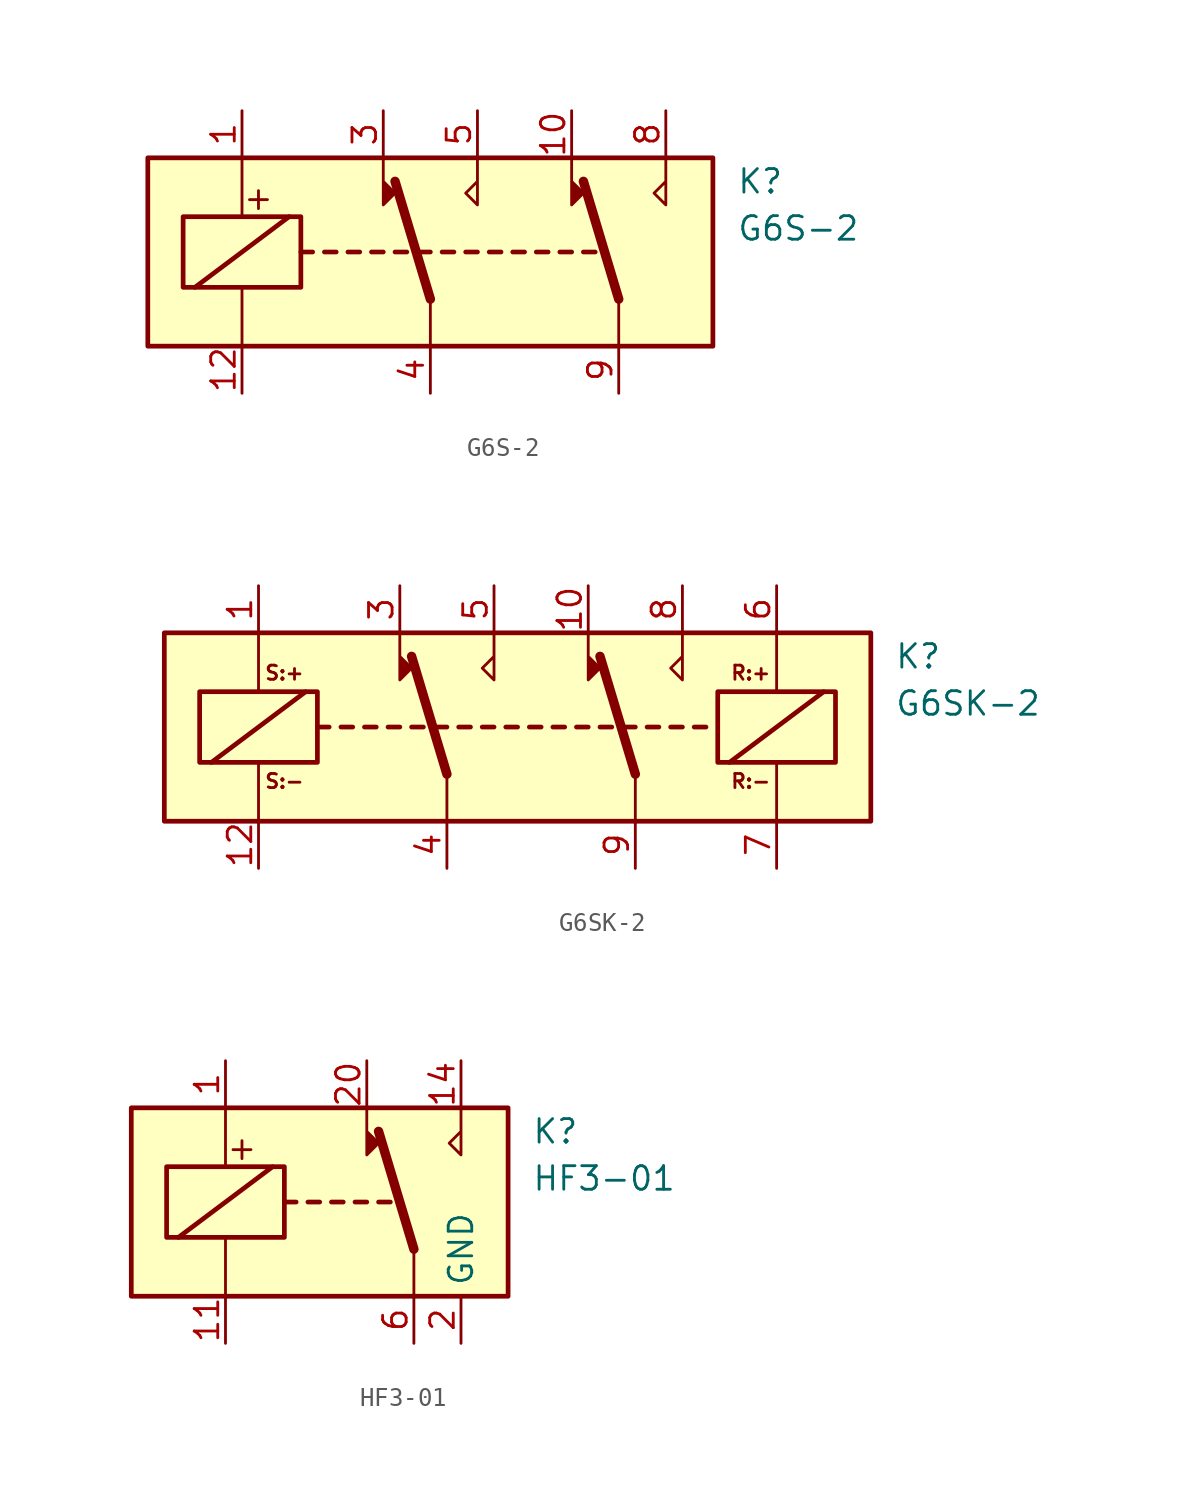
<source format=kicad_sym>
(kicad_symbol_lib
  (version 20211014)
  (generator kicad_symbol_editor)
  (symbol "G6S-2"
    (property "Reference" "K"
      (at 16.51 3.81 0)
      (effects (font (size 1.27 1.27)) (justify left)))
    (property "Value" "G6S-2"
      (at 16.51 1.27 0)
      (effects (font (size 1.27 1.27)) (justify left)))
    (symbol "G6S-2_0_0"
      (text "+" (at -9.271 2.921 0) (effects (font (size 1.27 1.27)))))
    (symbol "G6S-2_0_1"
      (rectangle (start -15.24 5.08) (end 15.24 -5.08) (stroke (width 0.254) (type default) (color 0 0 0 0)) (fill (type background)))
      (rectangle (start -13.335 1.905) (end -6.985 -1.905) (stroke (width 0.254) (type default) (color 0 0 0 0)) (fill (type none)))
      (polyline (pts (xy -12.7 -1.905) (xy -7.62 1.905)) (stroke (width 0.254) (type default) (color 0 0 0 0)) (fill (type none)))
      (polyline (pts (xy -10.16 -5.08) (xy -10.16 -1.905)) (stroke (width 0) (type default) (color 0 0 0 0)) (fill (type none)))
      (polyline (pts (xy -10.16 5.08) (xy -10.16 1.905)) (stroke (width 0) (type default) (color 0 0 0 0)) (fill (type none)))
      (polyline (pts (xy -6.985 0) (xy -6.35 0)) (stroke (width 0.254) (type default) (color 0 0 0 0)) (fill (type none)))
      (polyline (pts (xy -5.715 0) (xy -5.08 0)) (stroke (width 0.254) (type default) (color 0 0 0 0)) (fill (type none)))
      (polyline (pts (xy -4.445 0) (xy -3.81 0)) (stroke (width 0.254) (type default) (color 0 0 0 0)) (fill (type none)))
      (polyline (pts (xy -3.175 0) (xy -2.54 0)) (stroke (width 0.254) (type default) (color 0 0 0 0)) (fill (type none)))
      (polyline (pts (xy -1.905 0) (xy -1.27 0)) (stroke (width 0.254) (type default) (color 0 0 0 0)) (fill (type none)))
      (polyline (pts (xy -0.635 0) (xy 0 0)) (stroke (width 0.254) (type default) (color 0 0 0 0)) (fill (type none)))
      (polyline (pts (xy 0 -2.54) (xy -1.905 3.81)) (stroke (width 0.508) (type default) (color 0 0 0 0)) (fill (type none)))
      (polyline (pts (xy 0 -2.54) (xy 0 -5.08)) (stroke (width 0) (type default) (color 0 0 0 0)) (fill (type none)))
      (polyline (pts (xy 0.635 0) (xy 1.27 0)) (stroke (width 0.254) (type default) (color 0 0 0 0)) (fill (type none)))
      (polyline (pts (xy 1.905 0) (xy 2.54 0)) (stroke (width 0.254) (type default) (color 0 0 0 0)) (fill (type none)))
      (polyline (pts (xy 3.175 0) (xy 3.81 0)) (stroke (width 0.254) (type default) (color 0 0 0 0)) (fill (type none)))
      (polyline (pts (xy 4.445 0) (xy 5.08 0)) (stroke (width 0.254) (type default) (color 0 0 0 0)) (fill (type none)))
      (polyline (pts (xy 5.715 0) (xy 6.35 0)) (stroke (width 0.254) (type default) (color 0 0 0 0)) (fill (type none)))
      (polyline (pts (xy 6.985 0) (xy 7.62 0)) (stroke (width 0.254) (type default) (color 0 0 0 0)) (fill (type none)))
      (polyline (pts (xy 8.255 0) (xy 8.89 0)) (stroke (width 0.254) (type default) (color 0 0 0 0)) (fill (type none)))
      (polyline (pts (xy 10.16 -2.54) (xy 8.255 3.81)) (stroke (width 0.508) (type default) (color 0 0 0 0)) (fill (type none)))
      (polyline (pts (xy 10.16 -2.54) (xy 10.16 -5.08)) (stroke (width 0) (type default) (color 0 0 0 0)) (fill (type none)))
      (polyline (pts (xy -2.54 5.08) (xy -2.54 2.54) (xy -1.905 3.175) (xy -2.54 3.81)) (stroke (width 0) (type default) (color 0 0 0 0)) (fill (type outline)))
      (polyline (pts (xy 2.54 5.08) (xy 2.54 2.54) (xy 1.905 3.175) (xy 2.54 3.81)) (stroke (width 0) (type default) (color 0 0 0 0)) (fill (type none)))
      (polyline (pts (xy 7.62 5.08) (xy 7.62 2.54) (xy 8.255 3.175) (xy 7.62 3.81)) (stroke (width 0) (type default) (color 0 0 0 0)) (fill (type outline)))
      (polyline (pts (xy 12.7 5.08) (xy 12.7 2.54) (xy 12.065 3.175) (xy 12.7 3.81)) (stroke (width 0) (type default) (color 0 0 0 0)) (fill (type none))))
    (symbol "G6S-2_1_1"
      (pin passive line (at -10.16 7.62 270) (length 2.54) (name "~" (effects (font (size 1.27 1.27)))) (number "1" (effects (font (size 1.27 1.27)))))
      (pin passive line (at 7.62 7.62 270) (length 2.54) (name "~" (effects (font (size 1.27 1.27)))) (number "10" (effects (font (size 1.27 1.27)))))
      (pin passive line (at -10.16 -7.62 90) (length 2.54) (name "~" (effects (font (size 1.27 1.27)))) (number "12" (effects (font (size 1.27 1.27)))))
      (pin passive line (at -2.54 7.62 270) (length 2.54) (name "~" (effects (font (size 1.27 1.27)))) (number "3" (effects (font (size 1.27 1.27)))))
      (pin passive line (at 0 -7.62 90) (length 2.54) (name "~" (effects (font (size 1.27 1.27)))) (number "4" (effects (font (size 1.27 1.27)))))
      (pin passive line (at 2.54 7.62 270) (length 2.54) (name "~" (effects (font (size 1.27 1.27)))) (number "5" (effects (font (size 1.27 1.27)))))
      (pin passive line (at 12.7 7.62 270) (length 2.54) (name "~" (effects (font (size 1.27 1.27)))) (number "8" (effects (font (size 1.27 1.27)))))
      (pin passive line (at 10.16 -7.62 90) (length 2.54) (name "~" (effects (font (size 1.27 1.27)))) (number "9" (effects (font (size 1.27 1.27)))))))
  (symbol "G6SK-2"
    (property "Reference" "K"
      (at 21.59 3.81 0)
      (effects (font (size 1.27 1.27)) (justify left)))
    (property "Value" "G6SK-2"
      (at 21.59 1.27 0)
      (effects (font (size 1.27 1.27)) (justify left)))
    (symbol "G6SK-2_0_0"
      (text "R:+" (at 13.843 2.921 0) (effects (font (size 0.762 0.762))))
      (text "R:-" (at 13.843 -2.921 0) (effects (font (size 0.762 0.762))))
      (text "S:+" (at -11.303 2.921 0) (effects (font (size 0.762 0.762))))
      (text "S:-" (at -11.303 -2.921 0) (effects (font (size 0.762 0.762)))))
    (symbol "G6SK-2_0_1"
      (rectangle (start -17.78 5.08) (end 20.32 -5.08) (stroke (width 0.254) (type default) (color 0 0 0 0)) (fill (type background)))
      (rectangle (start -15.875 1.905) (end -9.525 -1.905) (stroke (width 0.254) (type default) (color 0 0 0 0)) (fill (type none)))
      (polyline (pts (xy -15.24 -1.905) (xy -10.16 1.905)) (stroke (width 0.254) (type default) (color 0 0 0 0)) (fill (type none)))
      (polyline (pts (xy -12.7 -5.08) (xy -12.7 -1.905)) (stroke (width 0) (type default) (color 0 0 0 0)) (fill (type none)))
      (polyline (pts (xy -12.7 5.08) (xy -12.7 1.905)) (stroke (width 0) (type default) (color 0 0 0 0)) (fill (type none)))
      (polyline (pts (xy -9.525 0) (xy -8.89 0)) (stroke (width 0.254) (type default) (color 0 0 0 0)) (fill (type none)))
      (polyline (pts (xy -8.255 0) (xy -7.62 0)) (stroke (width 0.254) (type default) (color 0 0 0 0)) (fill (type none)))
      (polyline (pts (xy -6.985 0) (xy -6.35 0)) (stroke (width 0.254) (type default) (color 0 0 0 0)) (fill (type none)))
      (polyline (pts (xy -5.715 0) (xy -5.08 0)) (stroke (width 0.254) (type default) (color 0 0 0 0)) (fill (type none)))
      (polyline (pts (xy -4.445 0) (xy -3.81 0)) (stroke (width 0.254) (type default) (color 0 0 0 0)) (fill (type none)))
      (polyline (pts (xy -3.175 0) (xy -2.54 0)) (stroke (width 0.254) (type default) (color 0 0 0 0)) (fill (type none)))
      (polyline (pts (xy -2.54 -2.54) (xy -4.445 3.81)) (stroke (width 0.508) (type default) (color 0 0 0 0)) (fill (type none)))
      (polyline (pts (xy -2.54 -2.54) (xy -2.54 -5.08)) (stroke (width 0) (type default) (color 0 0 0 0)) (fill (type none)))
      (polyline (pts (xy -1.905 0) (xy -1.27 0)) (stroke (width 0.254) (type default) (color 0 0 0 0)) (fill (type none)))
      (polyline (pts (xy -0.635 0) (xy 0 0)) (stroke (width 0.254) (type default) (color 0 0 0 0)) (fill (type none)))
      (polyline (pts (xy 0.635 0) (xy 1.27 0)) (stroke (width 0.254) (type default) (color 0 0 0 0)) (fill (type none)))
      (polyline (pts (xy 1.905 0) (xy 2.54 0)) (stroke (width 0.254) (type default) (color 0 0 0 0)) (fill (type none)))
      (polyline (pts (xy 3.175 0) (xy 3.81 0)) (stroke (width 0.254) (type default) (color 0 0 0 0)) (fill (type none)))
      (polyline (pts (xy 4.445 0) (xy 5.08 0)) (stroke (width 0.254) (type default) (color 0 0 0 0)) (fill (type none)))
      (polyline (pts (xy 5.715 0) (xy 6.35 0)) (stroke (width 0.254) (type default) (color 0 0 0 0)) (fill (type none)))
      (polyline (pts (xy 6.985 0) (xy 7.62 0)) (stroke (width 0.254) (type default) (color 0 0 0 0)) (fill (type none)))
      (polyline (pts (xy 7.62 -2.54) (xy 5.715 3.81)) (stroke (width 0.508) (type default) (color 0 0 0 0)) (fill (type none)))
      (polyline (pts (xy 7.62 -2.54) (xy 7.62 -5.08)) (stroke (width 0) (type default) (color 0 0 0 0)) (fill (type none)))
      (polyline (pts (xy 8.255 0) (xy 8.89 0)) (stroke (width 0.254) (type default) (color 0 0 0 0)) (fill (type none)))
      (polyline (pts (xy 9.525 0) (xy 10.16 0)) (stroke (width 0.254) (type default) (color 0 0 0 0)) (fill (type none)))
      (polyline (pts (xy 10.795 0) (xy 11.43 0)) (stroke (width 0.254) (type default) (color 0 0 0 0)) (fill (type none)))
      (polyline (pts (xy 12.7 -1.905) (xy 17.78 1.905)) (stroke (width 0.254) (type default) (color 0 0 0 0)) (fill (type none)))
      (polyline (pts (xy 15.24 -5.08) (xy 15.24 -1.905)) (stroke (width 0) (type default) (color 0 0 0 0)) (fill (type none)))
      (polyline (pts (xy 15.24 5.08) (xy 15.24 1.905)) (stroke (width 0) (type default) (color 0 0 0 0)) (fill (type none)))
      (polyline (pts (xy -5.08 5.08) (xy -5.08 2.54) (xy -4.445 3.175) (xy -5.08 3.81)) (stroke (width 0) (type default) (color 0 0 0 0)) (fill (type outline)))
      (polyline (pts (xy 0 5.08) (xy 0 2.54) (xy -0.635 3.175) (xy 0 3.81)) (stroke (width 0) (type default) (color 0 0 0 0)) (fill (type none)))
      (polyline (pts (xy 5.08 5.08) (xy 5.08 2.54) (xy 5.715 3.175) (xy 5.08 3.81)) (stroke (width 0) (type default) (color 0 0 0 0)) (fill (type outline)))
      (polyline (pts (xy 10.16 5.08) (xy 10.16 2.54) (xy 9.525 3.175) (xy 10.16 3.81)) (stroke (width 0) (type default) (color 0 0 0 0)) (fill (type none)))
      (rectangle (start 12.065 1.905) (end 18.415 -1.905) (stroke (width 0.254) (type default) (color 0 0 0 0)) (fill (type none))))
    (symbol "G6SK-2_1_1"
      (pin passive line (at -12.7 7.62 270) (length 2.54) (name "~" (effects (font (size 1.27 1.27)))) (number "1" (effects (font (size 1.27 1.27)))))
      (pin passive line (at 5.08 7.62 270) (length 2.54) (name "~" (effects (font (size 1.27 1.27)))) (number "10" (effects (font (size 1.27 1.27)))))
      (pin passive line (at -12.7 -7.62 90) (length 2.54) (name "~" (effects (font (size 1.27 1.27)))) (number "12" (effects (font (size 1.27 1.27)))))
      (pin passive line (at -5.08 7.62 270) (length 2.54) (name "~" (effects (font (size 1.27 1.27)))) (number "3" (effects (font (size 1.27 1.27)))))
      (pin passive line (at -2.54 -7.62 90) (length 2.54) (name "~" (effects (font (size 1.27 1.27)))) (number "4" (effects (font (size 1.27 1.27)))))
      (pin passive line (at 0 7.62 270) (length 2.54) (name "~" (effects (font (size 1.27 1.27)))) (number "5" (effects (font (size 1.27 1.27)))))
      (pin passive line (at 15.24 7.62 270) (length 2.54) (name "~" (effects (font (size 1.27 1.27)))) (number "6" (effects (font (size 1.27 1.27)))))
      (pin passive line (at 15.24 -7.62 90) (length 2.54) (name "~" (effects (font (size 1.27 1.27)))) (number "7" (effects (font (size 1.27 1.27)))))
      (pin passive line (at 10.16 7.62 270) (length 2.54) (name "~" (effects (font (size 1.27 1.27)))) (number "8" (effects (font (size 1.27 1.27)))))
      (pin passive line (at 7.62 -7.62 90) (length 2.54) (name "~" (effects (font (size 1.27 1.27)))) (number "9" (effects (font (size 1.27 1.27)))))))
  (symbol "HF3-01"
    (property "Reference" "K"
      (at 11.43 3.81 0)
      (effects (font (size 1.27 1.27)) (justify left)))
    (property "Value" "HF3-01"
      (at 11.43 1.27 0)
      (effects (font (size 1.27 1.27)) (justify left)))
    (symbol "HF3-01_0_0"
      (polyline (pts (xy 7.62 5.08) (xy 7.62 2.54) (xy 6.985 3.175) (xy 7.62 3.81)) (stroke (width 0) (type default) (color 0 0 0 0)) (fill (type none)))
      (text "+" (at -4.191 2.921 0) (effects (font (size 1.27 1.27)))))
    (symbol "HF3-01_0_1"
      (rectangle (start -10.16 5.08) (end 10.16 -5.08) (stroke (width 0.254) (type default) (color 0 0 0 0)) (fill (type background)))
      (rectangle (start -8.255 1.905) (end -1.905 -1.905) (stroke (width 0.254) (type default) (color 0 0 0 0)) (fill (type none)))
      (polyline (pts (xy -7.62 -1.905) (xy -2.54 1.905)) (stroke (width 0.254) (type default) (color 0 0 0 0)) (fill (type none)))
      (polyline (pts (xy -5.08 -5.08) (xy -5.08 -1.905)) (stroke (width 0) (type default) (color 0 0 0 0)) (fill (type none)))
      (polyline (pts (xy -5.08 5.08) (xy -5.08 1.905)) (stroke (width 0) (type default) (color 0 0 0 0)) (fill (type none)))
      (polyline (pts (xy -1.905 0) (xy -1.27 0)) (stroke (width 0.254) (type default) (color 0 0 0 0)) (fill (type none)))
      (polyline (pts (xy -0.635 0) (xy 0 0)) (stroke (width 0.254) (type default) (color 0 0 0 0)) (fill (type none)))
      (polyline (pts (xy 0.635 0) (xy 1.27 0)) (stroke (width 0.254) (type default) (color 0 0 0 0)) (fill (type none)))
      (polyline (pts (xy 1.905 0) (xy 2.54 0)) (stroke (width 0.254) (type default) (color 0 0 0 0)) (fill (type none)))
      (polyline (pts (xy 3.175 0) (xy 3.81 0)) (stroke (width 0.254) (type default) (color 0 0 0 0)) (fill (type none)))
      (polyline (pts (xy 5.08 -2.54) (xy 3.175 3.81)) (stroke (width 0.508) (type default) (color 0 0 0 0)) (fill (type none)))
      (polyline (pts (xy 5.08 -2.54) (xy 5.08 -5.08)) (stroke (width 0) (type default) (color 0 0 0 0)) (fill (type none)))
      (polyline (pts (xy 2.54 5.08) (xy 2.54 2.54) (xy 3.175 3.175) (xy 2.54 3.81)) (stroke (width 0) (type default) (color 0 0 0 0)) (fill (type outline))))
    (symbol "HF3-01_1_1"
      (pin passive line (at -5.08 7.62 270) (length 2.54) (name "~" (effects (font (size 1.27 1.27)))) (number "1" (effects (font (size 1.27 1.27)))))
      (pin passive line (at 7.62 -7.62 90) (length 2.54) hide (name "GND" (effects (font (size 1.27 1.27)))) (number "10" (effects (font (size 1.27 1.27)))))
      (pin passive line (at -5.08 -7.62 90) (length 2.54) (name "~" (effects (font (size 1.27 1.27)))) (number "11" (effects (font (size 1.27 1.27)))))
      (pin passive line (at 7.62 -7.62 90) (length 2.54) hide (name "GND" (effects (font (size 1.27 1.27)))) (number "12" (effects (font (size 1.27 1.27)))))
      (pin passive line (at 7.62 -7.62 90) (length 2.54) hide (name "GND" (effects (font (size 1.27 1.27)))) (number "13" (effects (font (size 1.27 1.27)))))
      (pin passive line (at 7.62 7.62 270) (length 2.54) (name "~" (effects (font (size 1.27 1.27)))) (number "14" (effects (font (size 1.27 1.27)))))
      (pin passive line (at 7.62 -7.62 90) (length 2.54) hide (name "GND" (effects (font (size 1.27 1.27)))) (number "15" (effects (font (size 1.27 1.27)))))
      (pin passive line (at 7.62 -7.62 90) (length 2.54) hide (name "GND" (effects (font (size 1.27 1.27)))) (number "17" (effects (font (size 1.27 1.27)))))
      (pin passive line (at 7.62 -7.62 90) (length 2.54) hide (name "GND" (effects (font (size 1.27 1.27)))) (number "19" (effects (font (size 1.27 1.27)))))
      (pin power_in line (at 7.62 -7.62 90) (length 2.54) (name "GND" (effects (font (size 1.27 1.27)))) (number "2" (effects (font (size 1.27 1.27)))))
      (pin passive line (at 2.54 7.62 270) (length 2.54) (name "~" (effects (font (size 1.27 1.27)))) (number "20" (effects (font (size 1.27 1.27)))))
      (pin passive line (at 7.62 -7.62 90) (length 2.54) hide (name "GND" (effects (font (size 1.27 1.27)))) (number "21" (effects (font (size 1.27 1.27)))))
      (pin passive line (at 7.62 -7.62 90) (length 2.54) hide (name "GND" (effects (font (size 1.27 1.27)))) (number "22" (effects (font (size 1.27 1.27)))))
      (pin passive line (at 7.62 -7.62 90) (length 2.54) hide (name "GND" (effects (font (size 1.27 1.27)))) (number "5" (effects (font (size 1.27 1.27)))))
      (pin passive line (at 5.08 -7.62 90) (length 2.54) (name "~" (effects (font (size 1.27 1.27)))) (number "6" (effects (font (size 1.27 1.27)))))
      (pin passive line (at 7.62 -7.62 90) (length 2.54) hide (name "GND" (effects (font (size 1.27 1.27)))) (number "7" (effects (font (size 1.27 1.27))))))))
</source>
